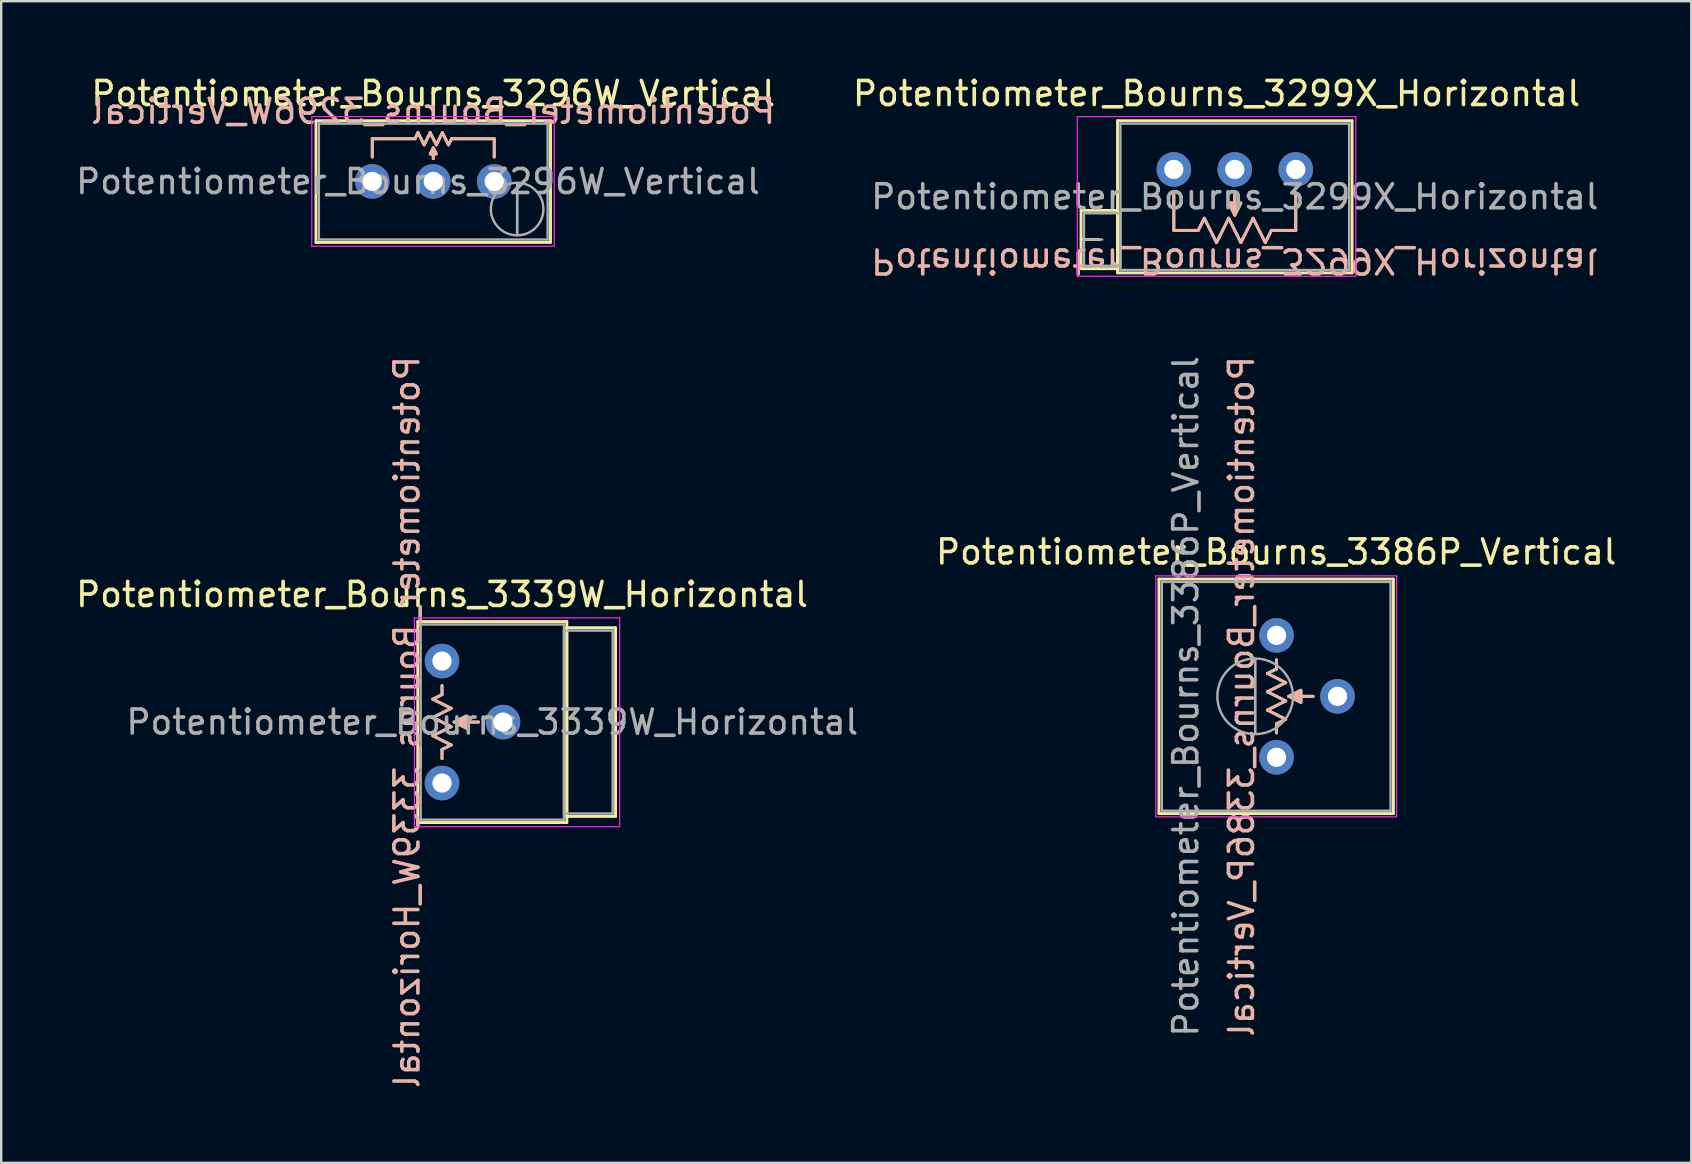
<source format=kicad_pcb>
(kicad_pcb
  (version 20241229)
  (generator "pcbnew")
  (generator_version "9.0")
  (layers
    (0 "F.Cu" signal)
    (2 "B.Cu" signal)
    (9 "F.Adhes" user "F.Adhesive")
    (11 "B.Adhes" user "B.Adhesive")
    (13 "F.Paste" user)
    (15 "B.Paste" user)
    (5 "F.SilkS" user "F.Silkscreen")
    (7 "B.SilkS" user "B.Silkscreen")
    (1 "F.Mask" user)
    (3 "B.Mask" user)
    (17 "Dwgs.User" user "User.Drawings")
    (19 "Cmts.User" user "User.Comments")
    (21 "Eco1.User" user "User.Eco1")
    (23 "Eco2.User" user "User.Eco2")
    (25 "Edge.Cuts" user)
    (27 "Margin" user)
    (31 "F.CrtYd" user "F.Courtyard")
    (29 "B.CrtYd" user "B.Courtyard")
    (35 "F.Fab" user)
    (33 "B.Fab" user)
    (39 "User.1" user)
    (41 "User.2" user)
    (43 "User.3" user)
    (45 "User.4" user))
  (footprint "Potentiometer_Bourns_3296W_Vertical"
    (layer "F.Cu")
    (at 17.538 4.508)
    (property "Reference" "Potentiometer_Bourns_3296W_Vertical" (at -2.54 -3.66 0) (layer "F.SilkS") (effects (font (size 1 1) (thickness 0.15))))
    (attr through_hole)
    (fp_line (start -7.425 -2.53) (end -7.425 2.54) (stroke (width 0.12) (type solid)) (layer "F.SilkS"))
    (fp_line (start -7.425 -2.53) (end 2.345 -2.53) (stroke (width 0.12) (type solid)) (layer "F.SilkS"))
    (fp_line (start -7.425 2.54) (end 2.345 2.54) (stroke (width 0.12) (type solid)) (layer "F.SilkS"))
    (fp_line (start -5.08 -1.778) (end -5.08 -1.016) (stroke (width 0.12) (type solid)) (layer "F.SilkS"))
    (fp_line (start -3.302 -1.778) (end -5.08 -1.778) (stroke (width 0.12) (type solid)) (layer "F.SilkS"))
    (fp_line (start -3.175 -2.032) (end -3.302 -1.778) (stroke (width 0.12) (type solid)) (layer "F.SilkS"))
    (fp_line (start -2.921 -1.524) (end -3.175 -2.032) (stroke (width 0.12) (type solid)) (layer "F.SilkS"))
    (fp_line (start -2.667 -2.032) (end -2.921 -1.524) (stroke (width 0.12) (type solid)) (layer "F.SilkS"))
    (fp_line (start -2.54 -1.397) (end -2.54 -0.953) (stroke (width 0.12) (type solid)) (layer "F.SilkS"))
    (fp_line (start -2.413 -1.524) (end -2.667 -2.032) (stroke (width 0.12) (type solid)) (layer "F.SilkS"))
    (fp_line (start -2.159 -2.032) (end -2.413 -1.524) (stroke (width 0.12) (type solid)) (layer "F.SilkS"))
    (fp_line (start -1.905 -1.524) (end -2.159 -2.032) (stroke (width 0.12) (type solid)) (layer "F.SilkS"))
    (fp_line (start -1.778 -1.778) (end -1.905 -1.524) (stroke (width 0.12) (type solid)) (layer "F.SilkS"))
    (fp_line (start -1.778 -1.778) (end 0 -1.778) (stroke (width 0.12) (type solid)) (layer "F.SilkS"))
    (fp_line (start 0 -1.778) (end 0 -1.016) (stroke (width 0.12) (type solid)) (layer "F.SilkS"))
    (fp_line (start 2.345 -2.53) (end 2.345 2.54) (stroke (width 0.12) (type solid)) (layer "F.SilkS"))
    (fp_poly (pts (xy -2.413 -1.143) (xy -2.667 -1.143) (xy -2.54 -1.397)) (stroke (width 0.12) (type solid)) (fill yes) (layer "F.SilkS"))
    (fp_line (start -5.08 -1.778) (end -3.302 -1.778) (stroke (width 0.12) (type solid)) (layer "B.SilkS"))
    (fp_line (start -5.08 -1.016) (end -5.08 -1.778) (stroke (width 0.12) (type solid)) (layer "B.SilkS"))
    (fp_line (start -3.302 -1.778) (end -3.175 -2.032) (stroke (width 0.12) (type solid)) (layer "B.SilkS"))
    (fp_line (start -3.175 -2.032) (end -2.921 -1.524) (stroke (width 0.12) (type solid)) (layer "B.SilkS"))
    (fp_line (start -2.921 -1.524) (end -2.667 -2.032) (stroke (width 0.12) (type solid)) (layer "B.SilkS"))
    (fp_line (start -2.667 -2.032) (end -2.413 -1.524) (stroke (width 0.12) (type solid)) (layer "B.SilkS"))
    (fp_line (start -2.54 -1.397) (end -2.54 -0.953) (stroke (width 0.12) (type solid)) (layer "B.SilkS"))
    (fp_line (start -2.413 -1.524) (end -2.159 -2.032) (stroke (width 0.12) (type solid)) (layer "B.SilkS"))
    (fp_line (start -2.159 -2.032) (end -1.905 -1.524) (stroke (width 0.12) (type solid)) (layer "B.SilkS"))
    (fp_line (start -1.905 -1.524) (end -1.778 -1.778) (stroke (width 0.12) (type solid)) (layer "B.SilkS"))
    (fp_line (start -1.778 -1.778) (end 0 -1.778) (stroke (width 0.12) (type solid)) (layer "B.SilkS"))
    (fp_line (start 0 -1.778) (end 0 -1.016) (stroke (width 0.12) (type solid)) (layer "B.SilkS"))
    (fp_poly (pts (xy -2.413 -1.143) (xy -2.667 -1.143) (xy -2.54 -1.397)) (stroke (width 0.12) (type solid)) (fill yes) (layer "B.SilkS"))
    (fp_line (start -7.6 -2.7) (end -7.6 2.7) (stroke (width 0.05) (type solid)) (layer "F.CrtYd"))
    (fp_line (start -7.6 2.7) (end 2.5 2.7) (stroke (width 0.05) (type solid)) (layer "F.CrtYd"))
    (fp_line (start 2.5 -2.7) (end -7.6 -2.7) (stroke (width 0.05) (type solid)) (layer "F.CrtYd"))
    (fp_line (start 2.5 2.7) (end 2.5 -2.7) (stroke (width 0.05) (type solid)) (layer "F.CrtYd"))
    (fp_line (start -7.305 -2.41) (end -7.305 2.42) (stroke (width 0.1) (type solid)) (layer "F.Fab"))
    (fp_line (start -7.305 2.42) (end 2.225 2.42) (stroke (width 0.1) (type solid)) (layer "F.Fab"))
    (fp_line (start 0.955 2.235) (end 0.956 0.066) (stroke (width 0.1) (type solid)) (layer "F.Fab"))
    (fp_line (start 0.955 2.235) (end 0.956 0.066) (stroke (width 0.1) (type solid)) (layer "F.Fab"))
    (fp_line (start 2.225 -2.41) (end -7.305 -2.41) (stroke (width 0.1) (type solid)) (layer "F.Fab"))
    (fp_line (start 2.225 2.42) (end 2.225 -2.41) (stroke (width 0.1) (type solid)) (layer "F.Fab"))
    (fp_circle (center 0.955 1.15) (end 2.05 1.15) (stroke (width 0.1) (type solid)) (fill no) (layer "F.Fab"))
    (fp_text user "${REFERENCE}" (at -2.54 -2.921 0) (unlocked yes) (layer "B.SilkS") (effects (font (size 1 1) (thickness 0.15)) (justify mirror)))
    (fp_text user "${REFERENCE}" (at -3.175 0.005 0) (layer "F.Fab") (effects (font (size 1 1) (thickness 0.15))))
    (pad "1" thru_hole circle (at 0 0) (size 1.44 1.44) (drill 0.8) (layers "*.Cu" "*.Mask"))
    (pad "2" thru_hole circle (at -2.54 0) (size 1.44 1.44) (drill 0.8) (layers "*.Cu" "*.Mask"))
    (pad "3" thru_hole circle (at -5.08 0) (size 1.44 1.44) (drill 0.8) (layers "*.Cu" "*.Mask")))
  (footprint "Potentiometer_Bourns_3339W_Horizontal"
    (layer "F.Cu")
    (at 15.363 24.49)
    (property "Reference" "Potentiometer_Bourns_3339W_Horizontal" (at 0 -2.775 0) (layer "F.SilkS") (effects (font (size 1 1) (thickness 0.15))))
    (attr through_hole)
    (fp_line (start -1.01 -1.646) (end -1.01 6.725) (stroke (width 0.12) (type solid)) (layer "F.SilkS"))
    (fp_line (start -1.01 -1.646) (end 5.2 -1.646) (stroke (width 0.12) (type solid)) (layer "F.SilkS"))
    (fp_line (start -1.01 6.725) (end 5.2 6.725) (stroke (width 0.12) (type solid)) (layer "F.SilkS"))
    (fp_line (start -0.381 1.587) (end 0.381 1.968) (stroke (width 0.12) (type solid)) (layer "F.SilkS"))
    (fp_line (start -0.381 2.349) (end 0.381 2.731) (stroke (width 0.12) (type solid)) (layer "F.SilkS"))
    (fp_line (start -0.381 3.111) (end 0.381 3.493) (stroke (width 0.12) (type solid)) (layer "F.SilkS"))
    (fp_line (start 0 1.397) (end -0.381 1.587) (stroke (width 0.12) (type solid)) (layer "F.SilkS"))
    (fp_line (start 0 1.397) (end 0 1.016) (stroke (width 0.12) (type solid)) (layer "F.SilkS"))
    (fp_line (start 0 3.683) (end 0 4.064) (stroke (width 0.12) (type solid)) (layer "F.SilkS"))
    (fp_line (start 0.381 1.968) (end -0.381 2.349) (stroke (width 0.12) (type solid)) (layer "F.SilkS"))
    (fp_line (start 0.381 2.731) (end -0.381 3.111) (stroke (width 0.12) (type solid)) (layer "F.SilkS"))
    (fp_line (start 0.381 3.493) (end 0 3.683) (stroke (width 0.12) (type solid)) (layer "F.SilkS"))
    (fp_line (start 1.524 2.54) (end 0.508 2.54) (stroke (width 0.12) (type solid)) (layer "F.SilkS"))
    (fp_line (start 5.2 -1.646) (end 5.2 6.725) (stroke (width 0.12) (type solid)) (layer "F.SilkS"))
    (fp_line (start 5.2 -1.39) (end 5.2 6.471) (stroke (width 0.12) (type solid)) (layer "F.SilkS"))
    (fp_line (start 5.2 -1.39) (end 7.23 -1.39) (stroke (width 0.12) (type solid)) (layer "F.SilkS"))
    (fp_line (start 5.2 6.471) (end 7.23 6.471) (stroke (width 0.12) (type solid)) (layer "F.SilkS"))
    (fp_line (start 7.23 -1.39) (end 7.23 6.471) (stroke (width 0.12) (type solid)) (layer "F.SilkS"))
    (fp_poly (pts (xy 0.508 2.54) (xy 1.016 2.286) (xy 1.016 2.794)) (stroke (width 0.12) (type solid)) (fill yes) (layer "F.SilkS"))
    (fp_line (start -0.381 1.587) (end 0 1.397) (stroke (width 0.12) (type solid)) (layer "B.SilkS"))
    (fp_line (start -0.381 2.349) (end 0.381 1.968) (stroke (width 0.12) (type solid)) (layer "B.SilkS"))
    (fp_line (start -0.381 3.111) (end 0.381 2.731) (stroke (width 0.12) (type solid)) (layer "B.SilkS"))
    (fp_line (start 0 1.397) (end 0 1.016) (stroke (width 0.12) (type solid)) (layer "B.SilkS"))
    (fp_line (start 0 3.683) (end 0.381 3.493) (stroke (width 0.12) (type solid)) (layer "B.SilkS"))
    (fp_line (start 0 4.064) (end 0 3.683) (stroke (width 0.12) (type solid)) (layer "B.SilkS"))
    (fp_line (start 0.381 1.968) (end -0.381 1.587) (stroke (width 0.12) (type solid)) (layer "B.SilkS"))
    (fp_line (start 0.381 2.731) (end -0.381 2.349) (stroke (width 0.12) (type solid)) (layer "B.SilkS"))
    (fp_line (start 0.381 3.493) (end -0.381 3.111) (stroke (width 0.12) (type solid)) (layer "B.SilkS"))
    (fp_line (start 1.524 2.54) (end 0.508 2.54) (stroke (width 0.12) (type solid)) (layer "B.SilkS"))
    (fp_poly (pts (xy 0.508 2.54) (xy 1.016 2.286) (xy 1.016 2.794)) (stroke (width 0.12) (type solid)) (fill yes) (layer "B.SilkS"))
    (fp_line (start -1.15 -1.8) (end -1.15 6.9) (stroke (width 0.05) (type solid)) (layer "F.CrtYd"))
    (fp_line (start -1.15 6.9) (end 7.4 6.9) (stroke (width 0.05) (type solid)) (layer "F.CrtYd"))
    (fp_line (start 7.4 -1.8) (end -1.15 -1.8) (stroke (width 0.05) (type solid)) (layer "F.CrtYd"))
    (fp_line (start 7.4 6.9) (end 7.4 -1.8) (stroke (width 0.05) (type solid)) (layer "F.CrtYd"))
    (fp_line (start -0.89 -1.525) (end -0.89 6.605) (stroke (width 0.1) (type solid)) (layer "F.Fab"))
    (fp_line (start -0.89 6.605) (end 5.08 6.605) (stroke (width 0.1) (type solid)) (layer "F.Fab"))
    (fp_line (start 5.08 -1.525) (end -0.89 -1.525) (stroke (width 0.1) (type solid)) (layer "F.Fab"))
    (fp_line (start 5.08 -1.27) (end 5.08 6.35) (stroke (width 0.1) (type solid)) (layer "F.Fab"))
    (fp_line (start 5.08 6.35) (end 7.11 6.35) (stroke (width 0.1) (type solid)) (layer "F.Fab"))
    (fp_line (start 5.08 6.605) (end 5.08 -1.525) (stroke (width 0.1) (type solid)) (layer "F.Fab"))
    (fp_line (start 7.11 -1.27) (end 5.08 -1.27) (stroke (width 0.1) (type solid)) (layer "F.Fab"))
    (fp_line (start 7.11 6.35) (end 7.11 -1.27) (stroke (width 0.1) (type solid)) (layer "F.Fab"))
    (fp_text user "${REFERENCE}" (at -1.46 2.54 90) (unlocked yes) (layer "B.SilkS") (effects (font (size 1 1) (thickness 0.15)) (justify mirror)))
    (fp_text user "${REFERENCE}" (at 2.095 2.54 0) (layer "F.Fab") (effects (font (size 1 1) (thickness 0.15))))
    (pad "1" thru_hole circle (at 0 0) (size 1.44 1.44) (drill 0.8) (layers "*.Cu" "*.Mask"))
    (pad "2" thru_hole circle (at 2.54 2.54) (size 1.44 1.44) (drill 0.8) (layers "*.Cu" "*.Mask"))
    (pad "3" thru_hole circle (at 0 5.08) (size 1.44 1.44) (drill 0.8) (layers "*.Cu" "*.Mask")))
  (footprint "Potentiometer_Bourns_3299X_Horizontal"
    (layer "F.Cu")
    (at 50.929 4.008)
    (property "Reference" "Potentiometer_Bourns_3299X_Horizontal" (at -3.3 -3.16 0) (layer "F.SilkS") (effects (font (size 1 1) (thickness 0.15))))
    (attr through_hole)
    (fp_line (start -8.945 1.705) (end -8.945 4.135) (stroke (width 0.12) (type solid)) (layer "F.SilkS"))
    (fp_line (start -8.945 1.705) (end -7.426 1.705) (stroke (width 0.12) (type solid)) (layer "F.SilkS"))
    (fp_line (start -8.945 2.92) (end -8.186 2.92) (stroke (width 0.12) (type solid)) (layer "F.SilkS"))
    (fp_line (start -8.945 4.135) (end -7.426 4.135) (stroke (width 0.12) (type solid)) (layer "F.SilkS"))
    (fp_line (start -7.426 1.705) (end -7.426 4.135) (stroke (width 0.12) (type solid)) (layer "F.SilkS"))
    (fp_line (start -7.425 -2.03) (end -7.425 4.31) (stroke (width 0.12) (type solid)) (layer "F.SilkS"))
    (fp_line (start -7.425 -2.03) (end 2.345 -2.03) (stroke (width 0.12) (type solid)) (layer "F.SilkS"))
    (fp_line (start -7.425 4.31) (end 2.345 4.31) (stroke (width 0.12) (type solid)) (layer "F.SilkS"))
    (fp_line (start -5.08 2.54) (end -5.08 1.016) (stroke (width 0.12) (type solid)) (layer "F.SilkS"))
    (fp_line (start -4.064 2.54) (end -5.08 2.54) (stroke (width 0.12) (type solid)) (layer "F.SilkS"))
    (fp_line (start -4.064 2.54) (end -3.81 2.032) (stroke (width 0.12) (type solid)) (layer "F.SilkS"))
    (fp_line (start -3.81 2.032) (end -3.302 3.048) (stroke (width 0.12) (type solid)) (layer "F.SilkS"))
    (fp_line (start -3.302 3.048) (end -2.794 2.032) (stroke (width 0.12) (type solid)) (layer "F.SilkS"))
    (fp_line (start -2.794 2.032) (end -2.286 3.048) (stroke (width 0.12) (type solid)) (layer "F.SilkS"))
    (fp_line (start -2.54 1.905) (end -2.54 1.016) (stroke (width 0.12) (type solid)) (layer "F.SilkS"))
    (fp_line (start -2.286 3.048) (end -1.778 2.032) (stroke (width 0.12) (type solid)) (layer "F.SilkS"))
    (fp_line (start -1.778 2.032) (end -1.27 3.048) (stroke (width 0.12) (type solid)) (layer "F.SilkS"))
    (fp_line (start -1.27 3.048) (end -1.016 2.54) (stroke (width 0.12) (type solid)) (layer "F.SilkS"))
    (fp_line (start -1.016 2.54) (end 0 2.54) (stroke (width 0.12) (type solid)) (layer "F.SilkS"))
    (fp_line (start 0 2.54) (end 0 1.016) (stroke (width 0.12) (type solid)) (layer "F.SilkS"))
    (fp_line (start 2.345 -2.03) (end 2.345 4.31) (stroke (width 0.12) (type solid)) (layer "F.SilkS"))
    (fp_poly (pts (xy -2.54 1.905) (xy -2.794 1.397) (xy -2.286 1.397)) (stroke (width 0.12) (type solid)) (fill yes) (layer "F.SilkS"))
    (fp_line (start -5.08 2.54) (end -5.08 1.016) (stroke (width 0.12) (type solid)) (layer "B.SilkS"))
    (fp_line (start -4.064 2.54) (end -5.08 2.54) (stroke (width 0.12) (type solid)) (layer "B.SilkS"))
    (fp_line (start -3.81 2.032) (end -4.064 2.54) (stroke (width 0.12) (type solid)) (layer "B.SilkS"))
    (fp_line (start -3.302 3.048) (end -3.81 2.032) (stroke (width 0.12) (type solid)) (layer "B.SilkS"))
    (fp_line (start -2.794 2.032) (end -3.302 3.048) (stroke (width 0.12) (type solid)) (layer "B.SilkS"))
    (fp_line (start -2.54 1.016) (end -2.54 1.905) (stroke (width 0.12) (type solid)) (layer "B.SilkS"))
    (fp_line (start -2.286 3.048) (end -2.794 2.032) (stroke (width 0.12) (type solid)) (layer "B.SilkS"))
    (fp_line (start -1.778 2.032) (end -2.286 3.048) (stroke (width 0.12) (type solid)) (layer "B.SilkS"))
    (fp_line (start -1.27 3.048) (end -1.778 2.032) (stroke (width 0.12) (type solid)) (layer "B.SilkS"))
    (fp_line (start -1.016 2.54) (end -1.27 3.048) (stroke (width 0.12) (type solid)) (layer "B.SilkS"))
    (fp_line (start 0 1.016) (end 0 2.54) (stroke (width 0.12) (type solid)) (layer "B.SilkS"))
    (fp_line (start 0 2.54) (end -1.016 2.54) (stroke (width 0.12) (type solid)) (layer "B.SilkS"))
    (fp_poly (pts (xy -2.54 1.905) (xy -2.794 1.397) (xy -2.286 1.397)) (stroke (width 0.12) (type solid)) (fill yes) (layer "B.SilkS"))
    (fp_line (start -9.1 -2.2) (end -9.1 4.45) (stroke (width 0.05) (type solid)) (layer "F.CrtYd"))
    (fp_line (start -9.1 4.45) (end 2.5 4.45) (stroke (width 0.05) (type solid)) (layer "F.CrtYd"))
    (fp_line (start 2.5 -2.2) (end -9.1 -2.2) (stroke (width 0.05) (type solid)) (layer "F.CrtYd"))
    (fp_line (start 2.5 4.45) (end 2.5 -2.2) (stroke (width 0.05) (type solid)) (layer "F.CrtYd"))
    (fp_line (start -8.825 1.825) (end -8.825 4.015) (stroke (width 0.1) (type solid)) (layer "F.Fab"))
    (fp_line (start -8.825 2.92) (end -8.065 2.92) (stroke (width 0.1) (type solid)) (layer "F.Fab"))
    (fp_line (start -8.825 4.015) (end -7.305 4.015) (stroke (width 0.1) (type solid)) (layer "F.Fab"))
    (fp_line (start -7.305 -1.91) (end -7.305 4.19) (stroke (width 0.1) (type solid)) (layer "F.Fab"))
    (fp_line (start -7.305 1.825) (end -8.825 1.825) (stroke (width 0.1) (type solid)) (layer "F.Fab"))
    (fp_line (start -7.305 4.015) (end -7.305 1.825) (stroke (width 0.1) (type solid)) (layer "F.Fab"))
    (fp_line (start -7.305 4.19) (end 2.225 4.19) (stroke (width 0.1) (type solid)) (layer "F.Fab"))
    (fp_line (start 2.225 -1.91) (end -7.305 -1.91) (stroke (width 0.1) (type solid)) (layer "F.Fab"))
    (fp_line (start 2.225 4.19) (end 2.225 -1.91) (stroke (width 0.1) (type solid)) (layer "F.Fab"))
    (fp_text user "${REFERENCE}" (at -2.54 3.81 180) (unlocked yes) (layer "B.SilkS") (effects (font (size 1 1) (thickness 0.15)) (justify mirror)))
    (fp_text user "${REFERENCE}" (at -2.54 1.14 0) (layer "F.Fab") (effects (font (size 1 1) (thickness 0.15))))
    (pad "1" thru_hole circle (at 0 0) (size 1.44 1.44) (drill 0.8) (layers "*.Cu" "*.Mask"))
    (pad "2" thru_hole circle (at -2.54 0) (size 1.44 1.44) (drill 0.8) (layers "*.Cu" "*.Mask"))
    (pad "3" thru_hole circle (at -5.08 0) (size 1.44 1.44) (drill 0.8) (layers "*.Cu" "*.Mask")))
  (footprint "Potentiometer_Bourns_3386P_Vertical"
    (layer "F.Cu")
    (at 50.128 28.498)
    (property "Reference" "Potentiometer_Bourns_3386P_Vertical" (at -0.015 -8.555 0) (layer "F.SilkS") (effects (font (size 1 1) (thickness 0.15))))
    (attr through_hole)
    (fp_line (start -4.9 -7.425) (end -4.9 2.345) (stroke (width 0.12) (type solid)) (layer "F.SilkS"))
    (fp_line (start -4.9 -7.425) (end 4.87 -7.425) (stroke (width 0.12) (type solid)) (layer "F.SilkS"))
    (fp_line (start -4.9 2.345) (end 4.87 2.345) (stroke (width 0.12) (type solid)) (layer "F.SilkS"))
    (fp_line (start -0.381 -3.493) (end 0.381 -3.111) (stroke (width 0.12) (type solid)) (layer "F.SilkS"))
    (fp_line (start -0.381 -2.731) (end 0.381 -2.349) (stroke (width 0.12) (type solid)) (layer "F.SilkS"))
    (fp_line (start -0.381 -1.968) (end 0.381 -1.587) (stroke (width 0.12) (type solid)) (layer "F.SilkS"))
    (fp_line (start 0 -3.683) (end -0.381 -3.493) (stroke (width 0.12) (type solid)) (layer "F.SilkS"))
    (fp_line (start 0 -3.683) (end 0 -4.064) (stroke (width 0.12) (type solid)) (layer "F.SilkS"))
    (fp_line (start 0 -1.397) (end 0 -1.016) (stroke (width 0.12) (type solid)) (layer "F.SilkS"))
    (fp_line (start 0.381 -3.111) (end -0.381 -2.731) (stroke (width 0.12) (type solid)) (layer "F.SilkS"))
    (fp_line (start 0.381 -2.349) (end -0.381 -1.968) (stroke (width 0.12) (type solid)) (layer "F.SilkS"))
    (fp_line (start 0.381 -1.587) (end 0 -1.397) (stroke (width 0.12) (type solid)) (layer "F.SilkS"))
    (fp_line (start 1.524 -2.54) (end 0.508 -2.54) (stroke (width 0.12) (type solid)) (layer "F.SilkS"))
    (fp_line (start 4.87 -7.425) (end 4.87 2.345) (stroke (width 0.12) (type solid)) (layer "F.SilkS"))
    (fp_poly (pts (xy 0.508 -2.54) (xy 1.016 -2.794) (xy 1.016 -2.286)) (stroke (width 0.12) (type solid)) (fill yes) (layer "F.SilkS"))
    (fp_line (start -0.381 -3.493) (end 0 -3.683) (stroke (width 0.12) (type solid)) (layer "B.SilkS"))
    (fp_line (start -0.381 -2.731) (end 0.381 -3.111) (stroke (width 0.12) (type solid)) (layer "B.SilkS"))
    (fp_line (start -0.381 -1.968) (end 0.381 -2.349) (stroke (width 0.12) (type solid)) (layer "B.SilkS"))
    (fp_line (start 0 -3.683) (end 0 -4.064) (stroke (width 0.12) (type solid)) (layer "B.SilkS"))
    (fp_line (start 0 -1.397) (end 0.381 -1.587) (stroke (width 0.12) (type solid)) (layer "B.SilkS"))
    (fp_line (start 0 -1.016) (end 0 -1.397) (stroke (width 0.12) (type solid)) (layer "B.SilkS"))
    (fp_line (start 0.381 -3.111) (end -0.381 -3.493) (stroke (width 0.12) (type solid)) (layer "B.SilkS"))
    (fp_line (start 0.381 -2.349) (end -0.381 -2.731) (stroke (width 0.12) (type solid)) (layer "B.SilkS"))
    (fp_line (start 0.381 -1.587) (end -0.381 -1.968) (stroke (width 0.12) (type solid)) (layer "B.SilkS"))
    (fp_line (start 1.524 -2.54) (end 0.508 -2.54) (stroke (width 0.12) (type solid)) (layer "B.SilkS"))
    (fp_poly (pts (xy 0.508 -2.54) (xy 1.016 -2.794) (xy 1.016 -2.286)) (stroke (width 0.12) (type solid)) (fill yes) (layer "B.SilkS"))
    (fp_line (start -5.03 -7.56) (end -5.03 2.48) (stroke (width 0.05) (type solid)) (layer "F.CrtYd"))
    (fp_line (start -5.03 2.48) (end 5 2.48) (stroke (width 0.05) (type solid)) (layer "F.CrtYd"))
    (fp_line (start 5 -7.56) (end -5.03 -7.56) (stroke (width 0.05) (type solid)) (layer "F.CrtYd"))
    (fp_line (start 5 2.48) (end 5 -7.56) (stroke (width 0.05) (type solid)) (layer "F.CrtYd"))
    (fp_line (start -4.78 -7.305) (end -4.78 2.225) (stroke (width 0.1) (type solid)) (layer "F.Fab"))
    (fp_line (start -4.78 2.225) (end 4.75 2.225) (stroke (width 0.1) (type solid)) (layer "F.Fab"))
    (fp_line (start -0.891 -0.98) (end -0.89 -4.099) (stroke (width 0.1) (type solid)) (layer "F.Fab"))
    (fp_line (start -0.891 -0.98) (end -0.89 -4.099) (stroke (width 0.1) (type solid)) (layer "F.Fab"))
    (fp_line (start 4.75 -7.305) (end -4.78 -7.305) (stroke (width 0.1) (type solid)) (layer "F.Fab"))
    (fp_line (start 4.75 2.225) (end 4.75 -7.305) (stroke (width 0.1) (type solid)) (layer "F.Fab"))
    (fp_circle (center -0.891 -2.54) (end 0.684 -2.54) (stroke (width 0.1) (type solid)) (fill no) (layer "F.Fab"))
    (fp_text user "${REFERENCE}" (at -1.46 -2.54 90) (unlocked yes) (layer "B.SilkS") (effects (font (size 1 1) (thickness 0.15)) (justify mirror)))
    (fp_text user "${REFERENCE}" (at -3.78 -2.54 90) (layer "F.Fab") (effects (font (size 1 1) (thickness 0.15))))
    (pad "1" thru_hole circle (at 0 0) (size 1.44 1.44) (drill 0.8) (layers "*.Cu" "*.Mask"))
    (pad "2" thru_hole circle (at 2.54 -2.54) (size 1.44 1.44) (drill 0.8) (layers "*.Cu" "*.Mask"))
    (pad "3" thru_hole circle (at 0 -5.08) (size 1.44 1.44) (drill 0.8) (layers "*.Cu" "*.Mask")))
  (gr_rect
    (start -3 -3)
    (end 67.405 45.393)
    (stroke (width 0.1) (type default))
    (fill no)
    (layer "Edge.Cuts")))
</source>
